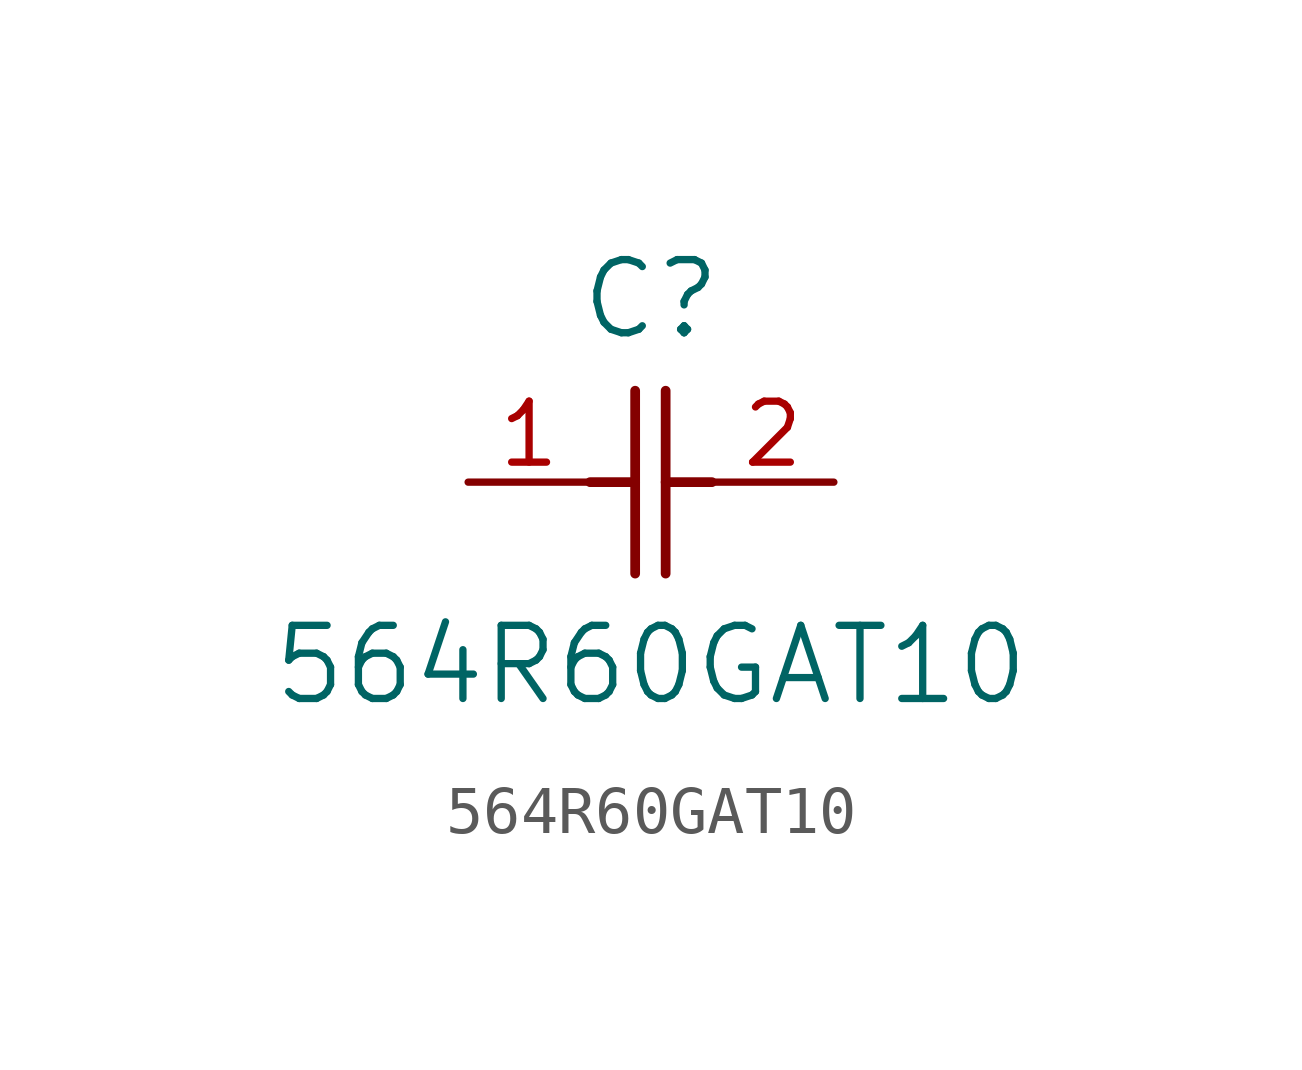
<source format=kicad_sym>
(kicad_symbol_lib
  (version 20211014)
  (generator kicad_symbol_editor)
  (symbol "564R60GAT10"
    (pin_names
      (offset 0.254))
    (property "Reference" "C"
      (at 3.81 3.81 0)
      (effects (font (size 1.524 1.524))))
    (property "Value" "564R60GAT10"
      (at 3.81 -3.81 0)
      (effects (font (size 1.524 1.524))))
    (symbol "564R60GAT10_0_1"
      (polyline (pts (xy 3.48 -1.905) (xy 3.48 1.905)) (stroke (width 0.203) (type default) (color 0 0 0 0)) (fill (type none)))
      (polyline (pts (xy 4.115 -1.905) (xy 4.115 1.905)) (stroke (width 0.203) (type default) (color 0 0 0 0)) (fill (type none)))
      (polyline (pts (xy 4.115 0) (xy 5.08 0)) (stroke (width 0.203) (type default) (color 0 0 0 0)) (fill (type none)))
      (polyline (pts (xy 2.54 0) (xy 3.48 0)) (stroke (width 0.203) (type default) (color 0 0 0 0)) (fill (type none)))
      (pin unspecified line (at 0 0 0) (length 2.54) (name "" (effects (font (size 1.27 1.27)))) (number "1" (effects (font (size 1.27 1.27)))))
      (pin unspecified line (at 7.62 0 180) (length 2.54) (name "" (effects (font (size 1.27 1.27)))) (number "2" (effects (font (size 1.27 1.27))))))))
</source>
